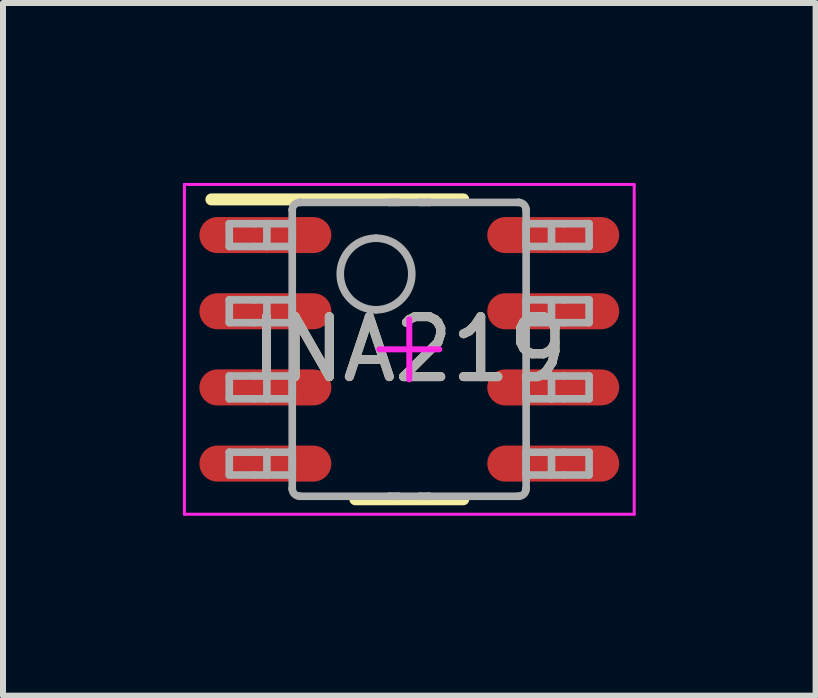
<source format=kicad_pcb>
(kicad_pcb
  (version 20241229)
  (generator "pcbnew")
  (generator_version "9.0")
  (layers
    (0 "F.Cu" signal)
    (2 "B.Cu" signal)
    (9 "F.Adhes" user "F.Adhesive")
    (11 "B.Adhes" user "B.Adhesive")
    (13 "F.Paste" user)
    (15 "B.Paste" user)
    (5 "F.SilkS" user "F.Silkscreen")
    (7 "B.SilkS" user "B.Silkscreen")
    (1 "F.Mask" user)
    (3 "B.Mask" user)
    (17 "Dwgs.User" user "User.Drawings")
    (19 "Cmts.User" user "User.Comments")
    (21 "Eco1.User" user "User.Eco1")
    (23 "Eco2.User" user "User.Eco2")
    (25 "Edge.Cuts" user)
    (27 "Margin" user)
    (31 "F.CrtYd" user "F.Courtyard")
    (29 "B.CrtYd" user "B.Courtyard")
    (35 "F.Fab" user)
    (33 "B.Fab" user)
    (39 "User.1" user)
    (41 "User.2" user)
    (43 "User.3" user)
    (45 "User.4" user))
  (footprint "INA219"
    (layer "F.Cu")
    (at 3.775 2.775)
    (property "Reference" "INA219" (at 0 0 0) (unlocked yes) (layer "F.SilkS") (effects (font (size 1 1) (thickness 0.15))))
    (attr smd)
    (fp_line (start -3.3 -2.5) (end 0.9 -2.5) (stroke (width 0.2) (type solid)) (layer "F.SilkS"))
    (fp_line (start -0.9 2.5) (end 0.9 2.5) (stroke (width 0.2) (type solid)) (layer "F.SilkS"))
    (fp_line (start -3.75 -2.75) (end 3.75 -2.75) (stroke (width 0.05) (type solid)) (layer "F.CrtYd"))
    (fp_line (start -3.75 2.75) (end -3.75 -2.75) (stroke (width 0.05) (type solid)) (layer "F.CrtYd"))
    (fp_line (start -3.75 2.75) (end 3.75 2.75) (stroke (width 0.05) (type solid)) (layer "F.CrtYd"))
    (fp_line (start -0.5 0) (end 0.5 0) (stroke (width 0.1) (type solid)) (layer "F.CrtYd"))
    (fp_line (start 0 0.5) (end 0 -0.5) (stroke (width 0.1) (type solid)) (layer "F.CrtYd"))
    (fp_line (start 3.75 2.75) (end 3.75 -2.75) (stroke (width 0.05) (type solid)) (layer "F.CrtYd"))
    (fp_line (start -3.002 -2.095) (end -2.589 -2.095) (stroke (width 0.127) (type solid)) (layer "F.Fab"))
    (fp_line (start -3.002 -1.715) (end -3.002 -2.095) (stroke (width 0.127) (type solid)) (layer "F.Fab"))
    (fp_line (start -3.002 -1.715) (end -2.589 -1.715) (stroke (width 0.127) (type solid)) (layer "F.Fab"))
    (fp_line (start -3.002 -0.825) (end -2.589 -0.825) (stroke (width 0.127) (type solid)) (layer "F.Fab"))
    (fp_line (start -3.002 -0.445) (end -3.002 -0.825) (stroke (width 0.127) (type solid)) (layer "F.Fab"))
    (fp_line (start -3.002 -0.445) (end -2.589 -0.445) (stroke (width 0.127) (type solid)) (layer "F.Fab"))
    (fp_line (start -3.002 0.445) (end -2.589 0.445) (stroke (width 0.127) (type solid)) (layer "F.Fab"))
    (fp_line (start -3.002 0.825) (end -3.002 0.445) (stroke (width 0.127) (type solid)) (layer "F.Fab"))
    (fp_line (start -3.002 0.825) (end -2.589 0.825) (stroke (width 0.127) (type solid)) (layer "F.Fab"))
    (fp_line (start -3.002 1.715) (end -2.589 1.715) (stroke (width 0.127) (type solid)) (layer "F.Fab"))
    (fp_line (start -3.002 2.095) (end -3.002 1.715) (stroke (width 0.127) (type solid)) (layer "F.Fab"))
    (fp_line (start -3.002 2.095) (end -2.589 2.095) (stroke (width 0.127) (type solid)) (layer "F.Fab"))
    (fp_line (start -2.589 -2.095) (end -2.375 -2.095) (stroke (width 0.127) (type solid)) (layer "F.Fab"))
    (fp_line (start -2.589 -1.715) (end -2.375 -1.715) (stroke (width 0.127) (type solid)) (layer "F.Fab"))
    (fp_line (start -2.589 -0.825) (end -2.375 -0.825) (stroke (width 0.127) (type solid)) (layer "F.Fab"))
    (fp_line (start -2.589 -0.445) (end -2.375 -0.445) (stroke (width 0.127) (type solid)) (layer "F.Fab"))
    (fp_line (start -2.589 0.445) (end -2.375 0.445) (stroke (width 0.127) (type solid)) (layer "F.Fab"))
    (fp_line (start -2.589 0.825) (end -2.375 0.825) (stroke (width 0.127) (type solid)) (layer "F.Fab"))
    (fp_line (start -2.589 1.715) (end -2.375 1.715) (stroke (width 0.127) (type solid)) (layer "F.Fab"))
    (fp_line (start -2.589 2.095) (end -2.375 2.095) (stroke (width 0.127) (type solid)) (layer "F.Fab"))
    (fp_line (start -2.375 -2.095) (end -1.995 -2.095) (stroke (width 0.127) (type solid)) (layer "F.Fab"))
    (fp_line (start -2.375 -1.715) (end -2.375 -2.095) (stroke (width 0.127) (type solid)) (layer "F.Fab"))
    (fp_line (start -2.375 -1.715) (end -1.995 -1.715) (stroke (width 0.127) (type solid)) (layer "F.Fab"))
    (fp_line (start -2.375 -0.825) (end -1.995 -0.825) (stroke (width 0.127) (type solid)) (layer "F.Fab"))
    (fp_line (start -2.375 -0.445) (end -2.375 -0.825) (stroke (width 0.127) (type solid)) (layer "F.Fab"))
    (fp_line (start -2.375 -0.445) (end -1.995 -0.445) (stroke (width 0.127) (type solid)) (layer "F.Fab"))
    (fp_line (start -2.375 0.445) (end -1.995 0.445) (stroke (width 0.127) (type solid)) (layer "F.Fab"))
    (fp_line (start -2.375 0.825) (end -2.375 0.445) (stroke (width 0.127) (type solid)) (layer "F.Fab"))
    (fp_line (start -2.375 0.825) (end -1.995 0.825) (stroke (width 0.127) (type solid)) (layer "F.Fab"))
    (fp_line (start -2.375 1.715) (end -1.995 1.715) (stroke (width 0.127) (type solid)) (layer "F.Fab"))
    (fp_line (start -2.375 2.095) (end -2.375 1.715) (stroke (width 0.127) (type solid)) (layer "F.Fab"))
    (fp_line (start -2.375 2.095) (end -1.995 2.095) (stroke (width 0.127) (type solid)) (layer "F.Fab"))
    (fp_line (start -1.995 -2.095) (end -1.952 -2.095) (stroke (width 0.127) (type solid)) (layer "F.Fab"))
    (fp_line (start -1.995 -1.715) (end -1.952 -1.715) (stroke (width 0.127) (type solid)) (layer "F.Fab"))
    (fp_line (start -1.995 -0.825) (end -1.952 -0.825) (stroke (width 0.127) (type solid)) (layer "F.Fab"))
    (fp_line (start -1.995 -0.445) (end -1.952 -0.445) (stroke (width 0.127) (type solid)) (layer "F.Fab"))
    (fp_line (start -1.995 0.445) (end -1.952 0.445) (stroke (width 0.127) (type solid)) (layer "F.Fab"))
    (fp_line (start -1.995 0.825) (end -1.952 0.825) (stroke (width 0.127) (type solid)) (layer "F.Fab"))
    (fp_line (start -1.995 1.715) (end -1.952 1.715) (stroke (width 0.127) (type solid)) (layer "F.Fab"))
    (fp_line (start -1.995 2.095) (end -1.952 2.095) (stroke (width 0.127) (type solid)) (layer "F.Fab"))
    (fp_line (start -1.952 -2.323) (end -1.952 -2.324) (stroke (width 0.127) (type solid)) (layer "F.Fab"))
    (fp_line (start -1.952 -1.715) (end -1.952 -2.095) (stroke (width 0.127) (type solid)) (layer "F.Fab"))
    (fp_line (start -1.952 -0.445) (end -1.952 -0.825) (stroke (width 0.127) (type solid)) (layer "F.Fab"))
    (fp_line (start -1.952 0.825) (end -1.952 0.445) (stroke (width 0.127) (type solid)) (layer "F.Fab"))
    (fp_line (start -1.952 2.095) (end -1.952 1.715) (stroke (width 0.127) (type solid)) (layer "F.Fab"))
    (fp_line (start -1.952 2.323) (end -1.952 -2.323) (stroke (width 0.127) (type solid)) (layer "F.Fab"))
    (fp_line (start -1.952 2.324) (end -1.952 2.323) (stroke (width 0.127) (type solid)) (layer "F.Fab"))
    (fp_line (start -1.826 -2.45) (end -1.825 -2.45) (stroke (width 0.127) (type solid)) (layer "F.Fab"))
    (fp_line (start -1.826 2.45) (end -1.825 2.45) (stroke (width 0.127) (type solid)) (layer "F.Fab"))
    (fp_line (start -1.825 -2.45) (end -0.332 -2.45) (stroke (width 0.127) (type solid)) (layer "F.Fab"))
    (fp_line (start -1.825 2.45) (end -0.332 2.45) (stroke (width 0.127) (type solid)) (layer "F.Fab"))
    (fp_line (start -0.332 -2.45) (end -0.182 -2.45) (stroke (width 0.127) (type solid)) (layer "F.Fab"))
    (fp_line (start -0.332 -2.45) (end -0.182 -2.45) (stroke (width 0.127) (type solid)) (layer "F.Fab"))
    (fp_line (start -0.332 2.45) (end -0.182 2.45) (stroke (width 0.127) (type solid)) (layer "F.Fab"))
    (fp_line (start -0.332 2.45) (end -0.182 2.45) (stroke (width 0.127) (type solid)) (layer "F.Fab"))
    (fp_line (start -0.182 -2.45) (end 0.178 -2.45) (stroke (width 0.127) (type solid)) (layer "F.Fab"))
    (fp_line (start -0.182 2.45) (end 0.178 2.45) (stroke (width 0.127) (type solid)) (layer "F.Fab"))
    (fp_line (start 0.178 -2.45) (end 0.328 -2.45) (stroke (width 0.127) (type solid)) (layer "F.Fab"))
    (fp_line (start 0.178 -2.45) (end 0.328 -2.45) (stroke (width 0.127) (type solid)) (layer "F.Fab"))
    (fp_line (start 0.178 2.45) (end 0.328 2.45) (stroke (width 0.127) (type solid)) (layer "F.Fab"))
    (fp_line (start 0.178 2.45) (end 0.328 2.45) (stroke (width 0.127) (type solid)) (layer "F.Fab"))
    (fp_line (start 0.328 -2.45) (end 1.821 -2.45) (stroke (width 0.127) (type solid)) (layer "F.Fab"))
    (fp_line (start 0.328 2.45) (end 1.821 2.45) (stroke (width 0.127) (type solid)) (layer "F.Fab"))
    (fp_line (start 1.821 -2.45) (end 1.822 -2.45) (stroke (width 0.127) (type solid)) (layer "F.Fab"))
    (fp_line (start 1.821 2.45) (end 1.822 2.45) (stroke (width 0.127) (type solid)) (layer "F.Fab"))
    (fp_line (start 1.948 -2.323) (end 1.948 -2.324) (stroke (width 0.127) (type solid)) (layer "F.Fab"))
    (fp_line (start 1.948 -2.095) (end 1.991 -2.095) (stroke (width 0.127) (type solid)) (layer "F.Fab"))
    (fp_line (start 1.948 -1.715) (end 1.948 -2.095) (stroke (width 0.127) (type solid)) (layer "F.Fab"))
    (fp_line (start 1.948 -1.715) (end 1.991 -1.715) (stroke (width 0.127) (type solid)) (layer "F.Fab"))
    (fp_line (start 1.948 -0.825) (end 1.991 -0.825) (stroke (width 0.127) (type solid)) (layer "F.Fab"))
    (fp_line (start 1.948 -0.445) (end 1.948 -0.825) (stroke (width 0.127) (type solid)) (layer "F.Fab"))
    (fp_line (start 1.948 -0.445) (end 1.991 -0.445) (stroke (width 0.127) (type solid)) (layer "F.Fab"))
    (fp_line (start 1.948 0.445) (end 1.991 0.445) (stroke (width 0.127) (type solid)) (layer "F.Fab"))
    (fp_line (start 1.948 0.825) (end 1.948 0.445) (stroke (width 0.127) (type solid)) (layer "F.Fab"))
    (fp_line (start 1.948 0.825) (end 1.991 0.825) (stroke (width 0.127) (type solid)) (layer "F.Fab"))
    (fp_line (start 1.948 1.715) (end 1.991 1.715) (stroke (width 0.127) (type solid)) (layer "F.Fab"))
    (fp_line (start 1.948 2.095) (end 1.948 1.715) (stroke (width 0.127) (type solid)) (layer "F.Fab"))
    (fp_line (start 1.948 2.095) (end 1.991 2.095) (stroke (width 0.127) (type solid)) (layer "F.Fab"))
    (fp_line (start 1.948 2.323) (end 1.948 -2.323) (stroke (width 0.127) (type solid)) (layer "F.Fab"))
    (fp_line (start 1.948 2.324) (end 1.948 2.323) (stroke (width 0.127) (type solid)) (layer "F.Fab"))
    (fp_line (start 1.991 -2.095) (end 2.371 -2.095) (stroke (width 0.127) (type solid)) (layer "F.Fab"))
    (fp_line (start 1.991 -1.715) (end 2.371 -1.715) (stroke (width 0.127) (type solid)) (layer "F.Fab"))
    (fp_line (start 1.991 -0.825) (end 2.371 -0.825) (stroke (width 0.127) (type solid)) (layer "F.Fab"))
    (fp_line (start 1.991 -0.445) (end 2.371 -0.445) (stroke (width 0.127) (type solid)) (layer "F.Fab"))
    (fp_line (start 1.991 0.445) (end 2.371 0.445) (stroke (width 0.127) (type solid)) (layer "F.Fab"))
    (fp_line (start 1.991 0.825) (end 2.371 0.825) (stroke (width 0.127) (type solid)) (layer "F.Fab"))
    (fp_line (start 1.991 1.715) (end 2.371 1.715) (stroke (width 0.127) (type solid)) (layer "F.Fab"))
    (fp_line (start 1.991 2.095) (end 2.371 2.095) (stroke (width 0.127) (type solid)) (layer "F.Fab"))
    (fp_line (start 2.371 -2.095) (end 2.585 -2.095) (stroke (width 0.127) (type solid)) (layer "F.Fab"))
    (fp_line (start 2.371 -1.715) (end 2.371 -2.095) (stroke (width 0.127) (type solid)) (layer "F.Fab"))
    (fp_line (start 2.371 -1.715) (end 2.585 -1.715) (stroke (width 0.127) (type solid)) (layer "F.Fab"))
    (fp_line (start 2.371 -0.825) (end 2.585 -0.825) (stroke (width 0.127) (type solid)) (layer "F.Fab"))
    (fp_line (start 2.371 -0.445) (end 2.371 -0.825) (stroke (width 0.127) (type solid)) (layer "F.Fab"))
    (fp_line (start 2.371 -0.445) (end 2.585 -0.445) (stroke (width 0.127) (type solid)) (layer "F.Fab"))
    (fp_line (start 2.371 0.445) (end 2.585 0.445) (stroke (width 0.127) (type solid)) (layer "F.Fab"))
    (fp_line (start 2.371 0.825) (end 2.371 0.445) (stroke (width 0.127) (type solid)) (layer "F.Fab"))
    (fp_line (start 2.371 0.825) (end 2.585 0.825) (stroke (width 0.127) (type solid)) (layer "F.Fab"))
    (fp_line (start 2.371 1.715) (end 2.585 1.715) (stroke (width 0.127) (type solid)) (layer "F.Fab"))
    (fp_line (start 2.371 2.095) (end 2.371 1.715) (stroke (width 0.127) (type solid)) (layer "F.Fab"))
    (fp_line (start 2.371 2.095) (end 2.585 2.095) (stroke (width 0.127) (type solid)) (layer "F.Fab"))
    (fp_line (start 2.585 -2.095) (end 2.998 -2.095) (stroke (width 0.127) (type solid)) (layer "F.Fab"))
    (fp_line (start 2.585 -1.715) (end 2.998 -1.715) (stroke (width 0.127) (type solid)) (layer "F.Fab"))
    (fp_line (start 2.585 -0.825) (end 2.998 -0.825) (stroke (width 0.127) (type solid)) (layer "F.Fab"))
    (fp_line (start 2.585 -0.445) (end 2.998 -0.445) (stroke (width 0.127) (type solid)) (layer "F.Fab"))
    (fp_line (start 2.585 0.445) (end 2.998 0.445) (stroke (width 0.127) (type solid)) (layer "F.Fab"))
    (fp_line (start 2.585 0.825) (end 2.998 0.825) (stroke (width 0.127) (type solid)) (layer "F.Fab"))
    (fp_line (start 2.585 1.715) (end 2.998 1.715) (stroke (width 0.127) (type solid)) (layer "F.Fab"))
    (fp_line (start 2.585 2.095) (end 2.998 2.095) (stroke (width 0.127) (type solid)) (layer "F.Fab"))
    (fp_line (start 2.998 -1.715) (end 2.998 -2.095) (stroke (width 0.127) (type solid)) (layer "F.Fab"))
    (fp_line (start 2.998 -0.445) (end 2.998 -0.825) (stroke (width 0.127) (type solid)) (layer "F.Fab"))
    (fp_line (start 2.998 0.825) (end 2.998 0.445) (stroke (width 0.127) (type solid)) (layer "F.Fab"))
    (fp_line (start 2.998 2.095) (end 2.998 1.715) (stroke (width 0.127) (type solid)) (layer "F.Fab"))
    (fp_arc (start -1.952002 -2.323941) (mid -1.914806 -2.412806) (end -1.825941 -2.450002) (stroke (width 0.127) (type solid)) (layer "F.Fab"))
    (fp_arc (start -1.825941 2.449992) (mid -1.914806 2.412795) (end -1.952002 2.323931) (stroke (width 0.127) (type solid)) (layer "F.Fab"))
    (fp_arc (start -0.555 -1.8531) (mid 0.0419 -1.2562) (end -0.555 -0.6593) (stroke (width 0.127) (type solid)) (layer "F.Fab"))
    (fp_arc (start -0.555 -0.6593) (mid -1.1519 -1.2562) (end -0.555 -1.8531) (stroke (width 0.127) (type solid)) (layer "F.Fab"))
    (fp_arc (start 1.821933 -2.450002) (mid 1.910797 -2.412806) (end 1.947994 -2.323941) (stroke (width 0.127) (type solid)) (layer "F.Fab"))
    (fp_arc (start 1.947994 2.323931) (mid 1.910797 2.412795) (end 1.821933 2.449992) (stroke (width 0.127) (type solid)) (layer "F.Fab"))
    (fp_text user "${REFERENCE}" (at 0 0 0) (unlocked yes) (layer "F.Fab") (effects (font (size 1 1) (thickness 0.15))))
    (pad "1" smd oval (at -2.4 -1.905 90) (size 0.6 2.2) (layers "F.Cu" "F.Mask" "F.Paste"))
    (pad "2" smd oval (at -2.4 -0.635 90) (size 0.6 2.2) (layers "F.Cu" "F.Mask" "F.Paste"))
    (pad "3" smd oval (at -2.4 0.635 90) (size 0.6 2.2) (layers "F.Cu" "F.Mask" "F.Paste"))
    (pad "4" smd oval (at -2.4 1.905 90) (size 0.6 2.2) (layers "F.Cu" "F.Mask" "F.Paste"))
    (pad "5" smd oval (at 2.4 1.905 90) (size 0.6 2.2) (layers "F.Cu" "F.Mask" "F.Paste"))
    (pad "6" smd oval (at 2.4 0.635 90) (size 0.6 2.2) (layers "F.Cu" "F.Mask" "F.Paste"))
    (pad "7" smd oval (at 2.4 -0.635 90) (size 0.6 2.2) (layers "F.Cu" "F.Mask" "F.Paste"))
    (pad "8" smd oval (at 2.4 -1.905 90) (size 0.6 2.2) (layers "F.Cu" "F.Mask" "F.Paste")))
  (gr_rect
    (start -3 -3)
    (end 10.55 8.55)
    (stroke (width 0.1) (type default))
    (fill no)
    (layer "Edge.Cuts")))
</source>
